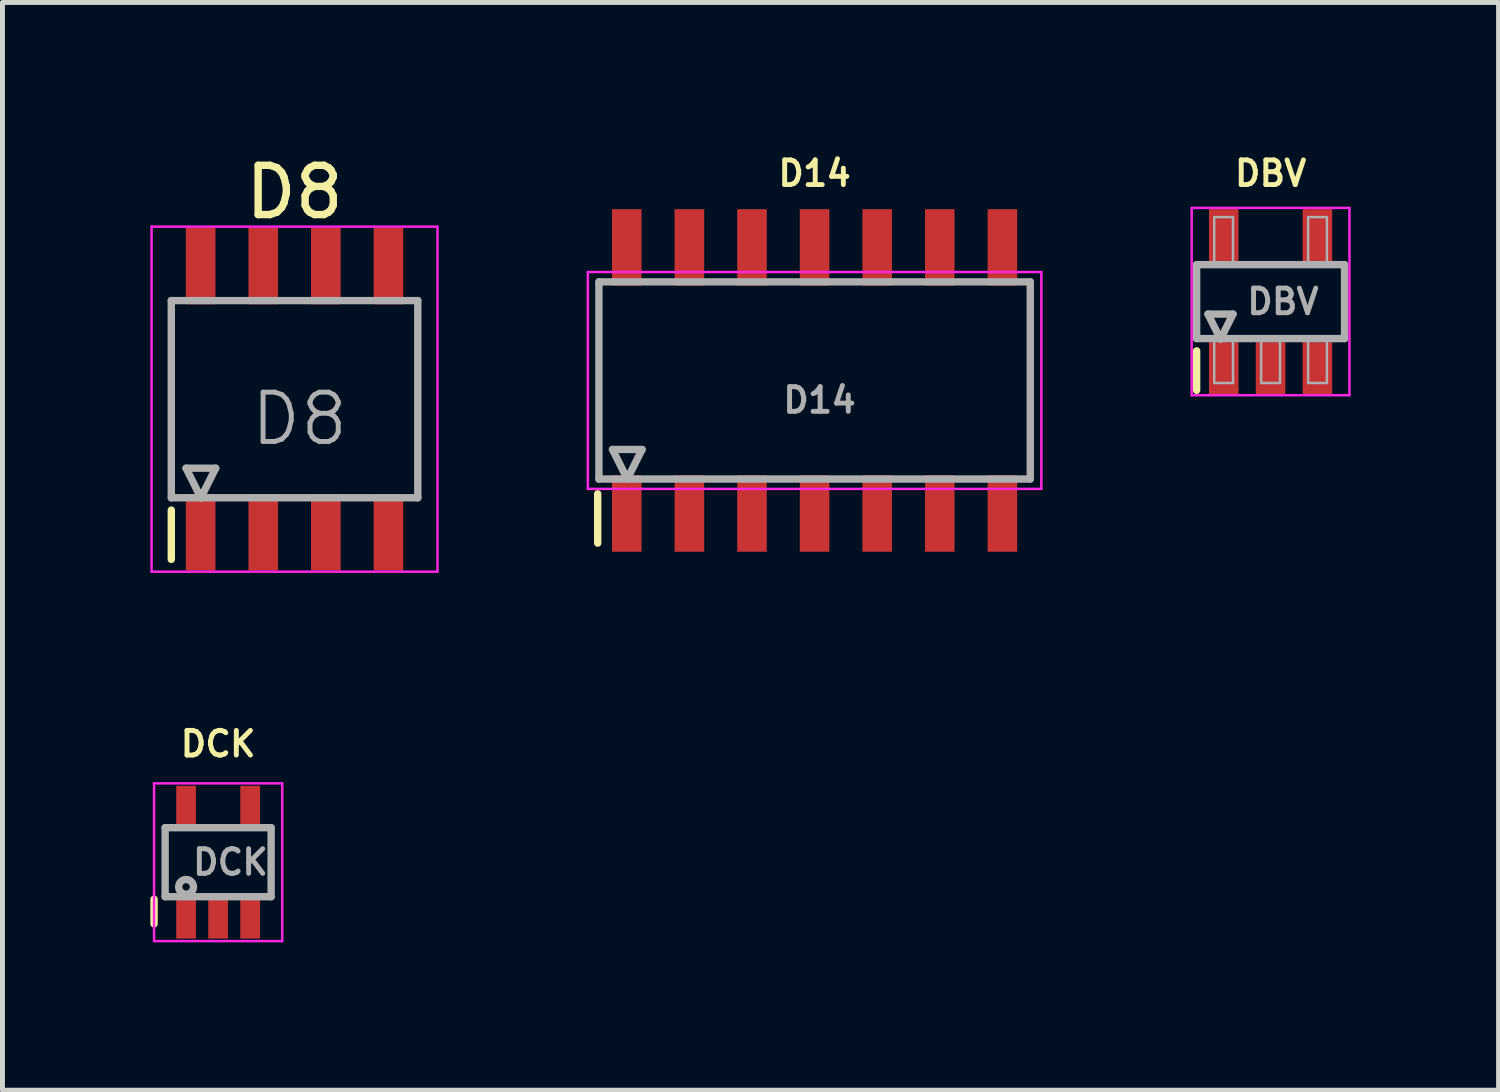
<source format=kicad_pcb>
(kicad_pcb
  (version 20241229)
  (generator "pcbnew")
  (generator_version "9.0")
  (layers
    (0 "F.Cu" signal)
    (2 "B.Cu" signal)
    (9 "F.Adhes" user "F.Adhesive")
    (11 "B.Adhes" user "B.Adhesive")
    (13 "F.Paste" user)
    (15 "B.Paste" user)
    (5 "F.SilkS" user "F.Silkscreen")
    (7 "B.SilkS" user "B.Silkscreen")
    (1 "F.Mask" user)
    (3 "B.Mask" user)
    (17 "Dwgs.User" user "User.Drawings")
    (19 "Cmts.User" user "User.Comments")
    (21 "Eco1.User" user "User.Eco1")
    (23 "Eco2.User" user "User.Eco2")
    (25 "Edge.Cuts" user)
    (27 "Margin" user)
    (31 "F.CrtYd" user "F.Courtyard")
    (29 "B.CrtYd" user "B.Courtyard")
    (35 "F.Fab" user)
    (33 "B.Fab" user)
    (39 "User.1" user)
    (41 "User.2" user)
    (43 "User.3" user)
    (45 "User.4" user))
  (footprint "D14"
    (layer "F.Cu")
    (at 13.475 4.668)
    (property "Reference" "D14" (at 0 -4.2 0) (layer "F.SilkS") (effects (font (size 0.5 0.5) (thickness 0.1))))
    (attr smd)
    (fp_line (start -4.4 3.3) (end -4.4 2.3) (stroke (width 0.15) (type solid)) (layer "F.SilkS"))
    (fp_line (start -4.6 -2.2) (end 4.6 -2.2) (stroke (width 0.05) (type solid)) (layer "F.CrtYd"))
    (fp_line (start -4.6 2.2) (end -4.6 -2.2) (stroke (width 0.05) (type solid)) (layer "F.CrtYd"))
    (fp_line (start -4.6 2.2) (end 4.6 2.2) (stroke (width 0.05) (type solid)) (layer "F.CrtYd"))
    (fp_line (start 4.6 2.2) (end 4.6 -2.2) (stroke (width 0.05) (type solid)) (layer "F.CrtYd"))
    (fp_line (start -4.375 -2) (end -4.375 2) (stroke (width 0.15) (type solid)) (layer "F.Fab"))
    (fp_line (start -4.375 -2) (end 4.375 -2) (stroke (width 0.15) (type solid)) (layer "F.Fab"))
    (fp_line (start -4.375 2) (end 4.375 2) (stroke (width 0.15) (type solid)) (layer "F.Fab"))
    (fp_line (start -4.1 1.4) (end -3.5 1.4) (stroke (width 0.15) (type solid)) (layer "F.Fab"))
    (fp_line (start -3.8 2) (end -4.1 1.4) (stroke (width 0.15) (type solid)) (layer "F.Fab"))
    (fp_line (start -3.5 1.4) (end -3.8 2) (stroke (width 0.15) (type solid)) (layer "F.Fab"))
    (fp_line (start 4.375 -2) (end 4.375 2) (stroke (width 0.15) (type solid)) (layer "F.Fab"))
    (fp_text user "${REFERENCE}" (at 0.1 0.4 0) (layer "F.Fab") (effects (font (size 0.5 0.5) (thickness 0.1))))
    (pad "1" smd rect (at -3.81 2.7 90) (size 1.55 0.6) (layers "F.Cu" "F.Mask" "F.Paste"))
    (pad "2" smd rect (at -2.54 2.7 90) (size 1.55 0.6) (layers "F.Cu" "F.Mask" "F.Paste"))
    (pad "3" smd rect (at -1.27 2.7 90) (size 1.55 0.6) (layers "F.Cu" "F.Mask" "F.Paste"))
    (pad "4" smd rect (at 0 2.7 90) (size 1.55 0.6) (layers "F.Cu" "F.Mask" "F.Paste"))
    (pad "5" smd rect (at 1.27 2.7 90) (size 1.55 0.6) (layers "F.Cu" "F.Mask" "F.Paste"))
    (pad "6" smd rect (at 2.54 2.7 90) (size 1.55 0.6) (layers "F.Cu" "F.Mask" "F.Paste"))
    (pad "7" smd rect (at 3.81 2.7 90) (size 1.55 0.6) (layers "F.Cu" "F.Mask" "F.Paste"))
    (pad "8" smd rect (at 3.81 -2.7 90) (size 1.55 0.6) (layers "F.Cu" "F.Mask" "F.Paste"))
    (pad "9" smd rect (at 2.54 -2.7 90) (size 1.55 0.6) (layers "F.Cu" "F.Mask" "F.Paste"))
    (pad "10" smd rect (at 1.27 -2.7 90) (size 1.55 0.6) (layers "F.Cu" "F.Mask" "F.Paste"))
    (pad "11" smd rect (at 0 -2.7 90) (size 1.55 0.6) (layers "F.Cu" "F.Mask" "F.Paste"))
    (pad "12" smd rect (at -1.27 -2.7 90) (size 1.55 0.6) (layers "F.Cu" "F.Mask" "F.Paste"))
    (pad "13" smd rect (at -2.54 -2.7 90) (size 1.55 0.6) (layers "F.Cu" "F.Mask" "F.Paste"))
    (pad "14" smd rect (at -3.81 -2.7 90) (size 1.55 0.6) (layers "F.Cu" "F.Mask" "F.Paste")))
  (footprint "D8"
    (layer "F.Cu")
    (at 2.925 5.048)
    (property "Reference" "D8" (at 0 -4.2 0) (layer "F.SilkS") (effects (font (size 1 1) (thickness 0.15))))
    (attr smd)
    (fp_line (start -2.5 3.25) (end -2.5 2.25) (stroke (width 0.15) (type solid)) (layer "F.SilkS"))
    (fp_line (start -2.9 -3.5) (end 2.9 -3.5) (stroke (width 0.05) (type solid)) (layer "F.CrtYd"))
    (fp_line (start -2.9 3.5) (end -2.9 -3.5) (stroke (width 0.05) (type solid)) (layer "F.CrtYd"))
    (fp_line (start -2.9 3.5) (end 2.9 3.5) (stroke (width 0.05) (type solid)) (layer "F.CrtYd"))
    (fp_line (start 2.9 3.5) (end 2.9 -3.5) (stroke (width 0.05) (type solid)) (layer "F.CrtYd"))
    (fp_line (start -2.5 -2) (end -2.5 2) (stroke (width 0.15) (type solid)) (layer "F.Fab"))
    (fp_line (start -2.5 -2) (end 2.5 -2) (stroke (width 0.15) (type solid)) (layer "F.Fab"))
    (fp_line (start -2.5 2) (end 2.5 2) (stroke (width 0.15) (type solid)) (layer "F.Fab"))
    (fp_line (start -2.2 1.4) (end -1.6 1.4) (stroke (width 0.15) (type solid)) (layer "F.Fab"))
    (fp_line (start -1.9 2) (end -2.2 1.4) (stroke (width 0.15) (type solid)) (layer "F.Fab"))
    (fp_line (start -1.6 1.4) (end -1.9 2) (stroke (width 0.15) (type solid)) (layer "F.Fab"))
    (fp_line (start 2.5 -2) (end 2.5 2) (stroke (width 0.15) (type solid)) (layer "F.Fab"))
    (fp_text user "${REFERENCE}" (at 0.1 0.4 0) (layer "F.Fab") (effects (font (size 1 1) (thickness 0.1))))
    (pad "1" smd rect (at -1.905 2.7 90) (size 1.55 0.6) (layers "F.Cu" "F.Mask" "F.Paste"))
    (pad "2" smd rect (at -0.635 2.7 90) (size 1.55 0.6) (layers "F.Cu" "F.Mask" "F.Paste"))
    (pad "3" smd rect (at 0.635 2.7 90) (size 1.55 0.6) (layers "F.Cu" "F.Mask" "F.Paste"))
    (pad "4" smd rect (at 1.905 2.7 90) (size 1.55 0.6) (layers "F.Cu" "F.Mask" "F.Paste"))
    (pad "5" smd rect (at 1.905 -2.7 90) (size 1.55 0.6) (layers "F.Cu" "F.Mask" "F.Paste"))
    (pad "6" smd rect (at 0.635 -2.7 90) (size 1.55 0.6) (layers "F.Cu" "F.Mask" "F.Paste"))
    (pad "7" smd rect (at -0.635 -2.7 90) (size 1.55 0.6) (layers "F.Cu" "F.Mask" "F.Paste"))
    (pad "8" smd rect (at -1.905 -2.7 90) (size 1.55 0.6) (layers "F.Cu" "F.Mask" "F.Paste")))
  (footprint "DBV"
    (layer "F.Cu")
    (at 22.725 3.068)
    (property "Reference" "DBV" (at 0 -2.6 0) (layer "F.SilkS") (effects (font (size 0.5 0.5) (thickness 0.1))))
    (attr smd)
    (fp_line (start -1.5 1) (end -1.5 1.8) (stroke (width 0.15) (type solid)) (layer "F.SilkS"))
    (fp_line (start -1.6 -1.9) (end -1.6 1.9) (stroke (width 0.05) (type solid)) (layer "F.CrtYd"))
    (fp_line (start -1.6 -1.9) (end 1.6 -1.9) (stroke (width 0.05) (type solid)) (layer "F.CrtYd"))
    (fp_line (start -1.6 1.9) (end 1.6 1.9) (stroke (width 0.05) (type solid)) (layer "F.CrtYd"))
    (fp_line (start 1.6 -1.9) (end 1.6 1.9) (stroke (width 0.05) (type solid)) (layer "F.CrtYd"))
    (fp_line (start -1.5 -0.75) (end -1.5 0.75) (stroke (width 0.15) (type solid)) (layer "F.Fab"))
    (fp_line (start -1.5 0.75) (end 1.5 0.75) (stroke (width 0.15) (type solid)) (layer "F.Fab"))
    (fp_line (start -1.27 0.254) (end -1.016 0.762) (stroke (width 0.15) (type solid)) (layer "F.Fab"))
    (fp_line (start -1.143 -1.714) (end -1.143 -0.762) (stroke (width 0.05) (type solid)) (layer "F.Fab"))
    (fp_line (start -1.143 -1.714) (end -0.762 -1.714) (stroke (width 0.05) (type solid)) (layer "F.Fab"))
    (fp_line (start -1.143 0.762) (end -1.143 1.651) (stroke (width 0.05) (type solid)) (layer "F.Fab"))
    (fp_line (start -1.143 1.651) (end -0.762 1.651) (stroke (width 0.05) (type solid)) (layer "F.Fab"))
    (fp_line (start -1.016 0.762) (end -0.762 0.254) (stroke (width 0.15) (type solid)) (layer "F.Fab"))
    (fp_line (start -0.762 -1.714) (end -0.762 -0.762) (stroke (width 0.05) (type solid)) (layer "F.Fab"))
    (fp_line (start -0.762 0.254) (end -1.27 0.254) (stroke (width 0.15) (type solid)) (layer "F.Fab"))
    (fp_line (start -0.762 1.651) (end -0.762 0.762) (stroke (width 0.05) (type solid)) (layer "F.Fab"))
    (fp_line (start -0.191 0.762) (end -0.191 1.651) (stroke (width 0.05) (type solid)) (layer "F.Fab"))
    (fp_line (start -0.191 1.651) (end 0.191 1.651) (stroke (width 0.05) (type solid)) (layer "F.Fab"))
    (fp_line (start 0.191 1.651) (end 0.191 0.762) (stroke (width 0.05) (type solid)) (layer "F.Fab"))
    (fp_line (start 0.762 -1.714) (end 1.143 -1.714) (stroke (width 0.05) (type solid)) (layer "F.Fab"))
    (fp_line (start 0.762 -0.762) (end 0.762 -1.714) (stroke (width 0.05) (type solid)) (layer "F.Fab"))
    (fp_line (start 0.762 0.762) (end 0.762 1.651) (stroke (width 0.05) (type solid)) (layer "F.Fab"))
    (fp_line (start 0.762 1.651) (end 1.143 1.651) (stroke (width 0.05) (type solid)) (layer "F.Fab"))
    (fp_line (start 1.143 -1.714) (end 1.143 -0.762) (stroke (width 0.05) (type solid)) (layer "F.Fab"))
    (fp_line (start 1.143 1.651) (end 1.143 0.762) (stroke (width 0.05) (type solid)) (layer "F.Fab"))
    (fp_line (start 1.5 -0.75) (end -1.5 -0.75) (stroke (width 0.15) (type solid)) (layer "F.Fab"))
    (fp_line (start 1.5 0.75) (end 1.5 -0.75) (stroke (width 0.15) (type solid)) (layer "F.Fab"))
    (fp_text user "${REFERENCE}" (at 0.25 0 0) (layer "F.Fab") (effects (font (size 0.5 0.5) (thickness 0.1))))
    (pad "1" smd rect (at -0.95 1.35) (size 0.6 1.05) (layers "F.Cu" "F.Mask" "F.Paste"))
    (pad "2" smd rect (at 0 1.35) (size 0.6 1.05) (layers "F.Cu" "F.Mask" "F.Paste"))
    (pad "3" smd rect (at 0.95 1.35) (size 0.6 1.05) (layers "F.Cu" "F.Mask" "F.Paste"))
    (pad "4" smd rect (at 0.95 -1.35) (size 0.6 1.05) (layers "F.Cu" "F.Mask" "F.Paste"))
    (pad "5" smd rect (at -0.95 -1.35) (size 0.6 1.05) (layers "F.Cu" "F.Mask" "F.Paste")))
  (footprint "DCK"
    (layer "F.Cu")
    (at 1.375 14.441)
    (property "Reference" "DCK" (at 0 -2.4 0) (layer "F.SilkS") (effects (font (size 0.5 0.5) (thickness 0.1))))
    (attr smd)
    (fp_line (start -1.3 0.75) (end -1.3 1.25) (stroke (width 0.15) (type solid)) (layer "F.SilkS"))
    (fp_line (start -1.3 -1.6) (end -1.3 1.6) (stroke (width 0.05) (type solid)) (layer "F.CrtYd"))
    (fp_line (start -1.3 -1.6) (end 1.3 -1.6) (stroke (width 0.05) (type solid)) (layer "F.CrtYd"))
    (fp_line (start -1.3 1.6) (end 1.3 1.6) (stroke (width 0.05) (type solid)) (layer "F.CrtYd"))
    (fp_line (start 1.3 -1.6) (end 1.3 1.6) (stroke (width 0.05) (type solid)) (layer "F.CrtYd"))
    (fp_line (start -1.075 -0.7) (end -1.075 0.7) (stroke (width 0.15) (type solid)) (layer "F.Fab"))
    (fp_line (start -1.075 0.7) (end 1.075 0.7) (stroke (width 0.15) (type solid)) (layer "F.Fab"))
    (fp_line (start 1.075 -0.7) (end -1.075 -0.7) (stroke (width 0.15) (type solid)) (layer "F.Fab"))
    (fp_line (start 1.075 0.7) (end 1.075 -0.7) (stroke (width 0.15) (type solid)) (layer "F.Fab"))
    (fp_circle (center -0.65 0.5) (end -0.5 0.5) (stroke (width 0.15) (type solid)) (fill no) (layer "F.Fab"))
    (fp_text user "${REFERENCE}" (at 0.25 0 0) (layer "F.Fab") (effects (font (size 0.5 0.5) (thickness 0.1))))
    (pad "1" smd rect (at -0.65 1.1) (size 0.4 0.9) (layers "F.Cu" "F.Mask" "F.Paste"))
    (pad "2" smd rect (at 0 1.1) (size 0.4 0.9) (layers "F.Cu" "F.Mask" "F.Paste"))
    (pad "3" smd rect (at 0.65 1.1) (size 0.4 0.9) (layers "F.Cu" "F.Mask" "F.Paste"))
    (pad "4" smd rect (at 0.65 -1.1) (size 0.4 0.9) (layers "F.Cu" "F.Mask" "F.Paste"))
    (pad "5" smd rect (at -0.65 -1.1) (size 0.4 0.9) (layers "F.Cu" "F.Mask" "F.Paste")))
  (gr_rect
    (start -3 -3)
    (end 27.35 19.066)
    (stroke (width 0.1) (type default))
    (fill no)
    (layer "Edge.Cuts")))
</source>
